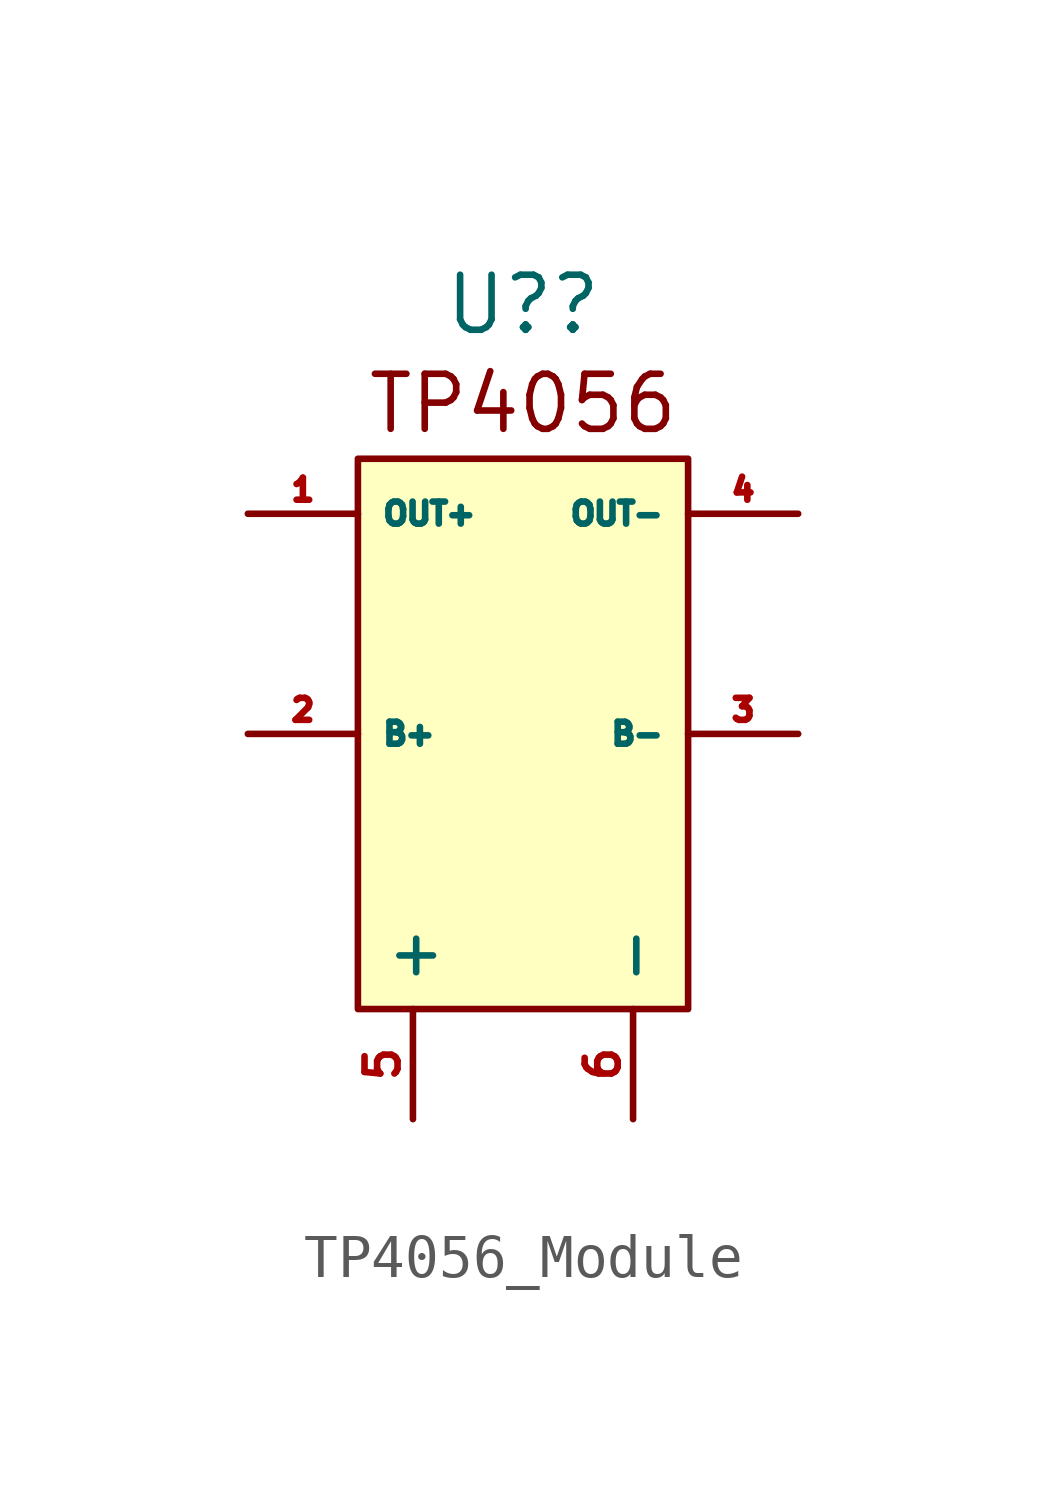
<source format=kicad_sym>
(kicad_symbol_lib
  (version 20231120)
  (generator "kicad_symbol_editor")
  (generator_version "8.0")
  (symbol "TP4056_Module"
    (property "Reference" "U?"
      (at 0 1.016 0)
      (effects (font (size 1.27 1.27))))
    (property "Value" ""
      (at 0 -0.762 0)
      (effects (font (size 1.27 1.27))))
    (symbol "TP4056_Module_1_1"
      (rectangle (start -3.81 -2.54) (end 3.81 -15.24) (stroke (width 0) (type default)) (fill (type background)))
      (text "TP4056\n" (at 0 -1.27 0) (effects (font (size 1.27 1.27))))
      (pin bidirectional line (at -6.35 -3.81 0) (length 2.54) (name "OUT+" (effects (font (size 0.508 0.508)))) (number "1" (effects (font (size 0.508 0.508)))))
      (pin bidirectional line (at -6.35 -8.89 0) (length 2.54) (name "B+" (effects (font (size 0.508 0.508)))) (number "2" (effects (font (size 0.508 0.508)))))
      (pin bidirectional line (at 6.35 -8.89 180) (length 2.54) (name "B-" (effects (font (size 0.508 0.508)))) (number "3" (effects (font (size 0.508 0.508)))))
      (pin bidirectional line (at 6.35 -3.81 180) (length 2.54) (name "OUT-" (effects (font (size 0.508 0.508)))) (number "4" (effects (font (size 0.508 0.508)))))
      (pin bidirectional line (at -2.54 -17.78 90) (length 2.54) (name "+" (effects (font (size 1.016 1.016)))) (number "5" (effects (font (size 0.762 0.762)))))
      (pin bidirectional line (at 2.54 -17.78 90) (length 2.54) (name "-" (effects (font (size 1.016 1.016)))) (number "6" (effects (font (size 0.762 0.762))))))))
</source>
